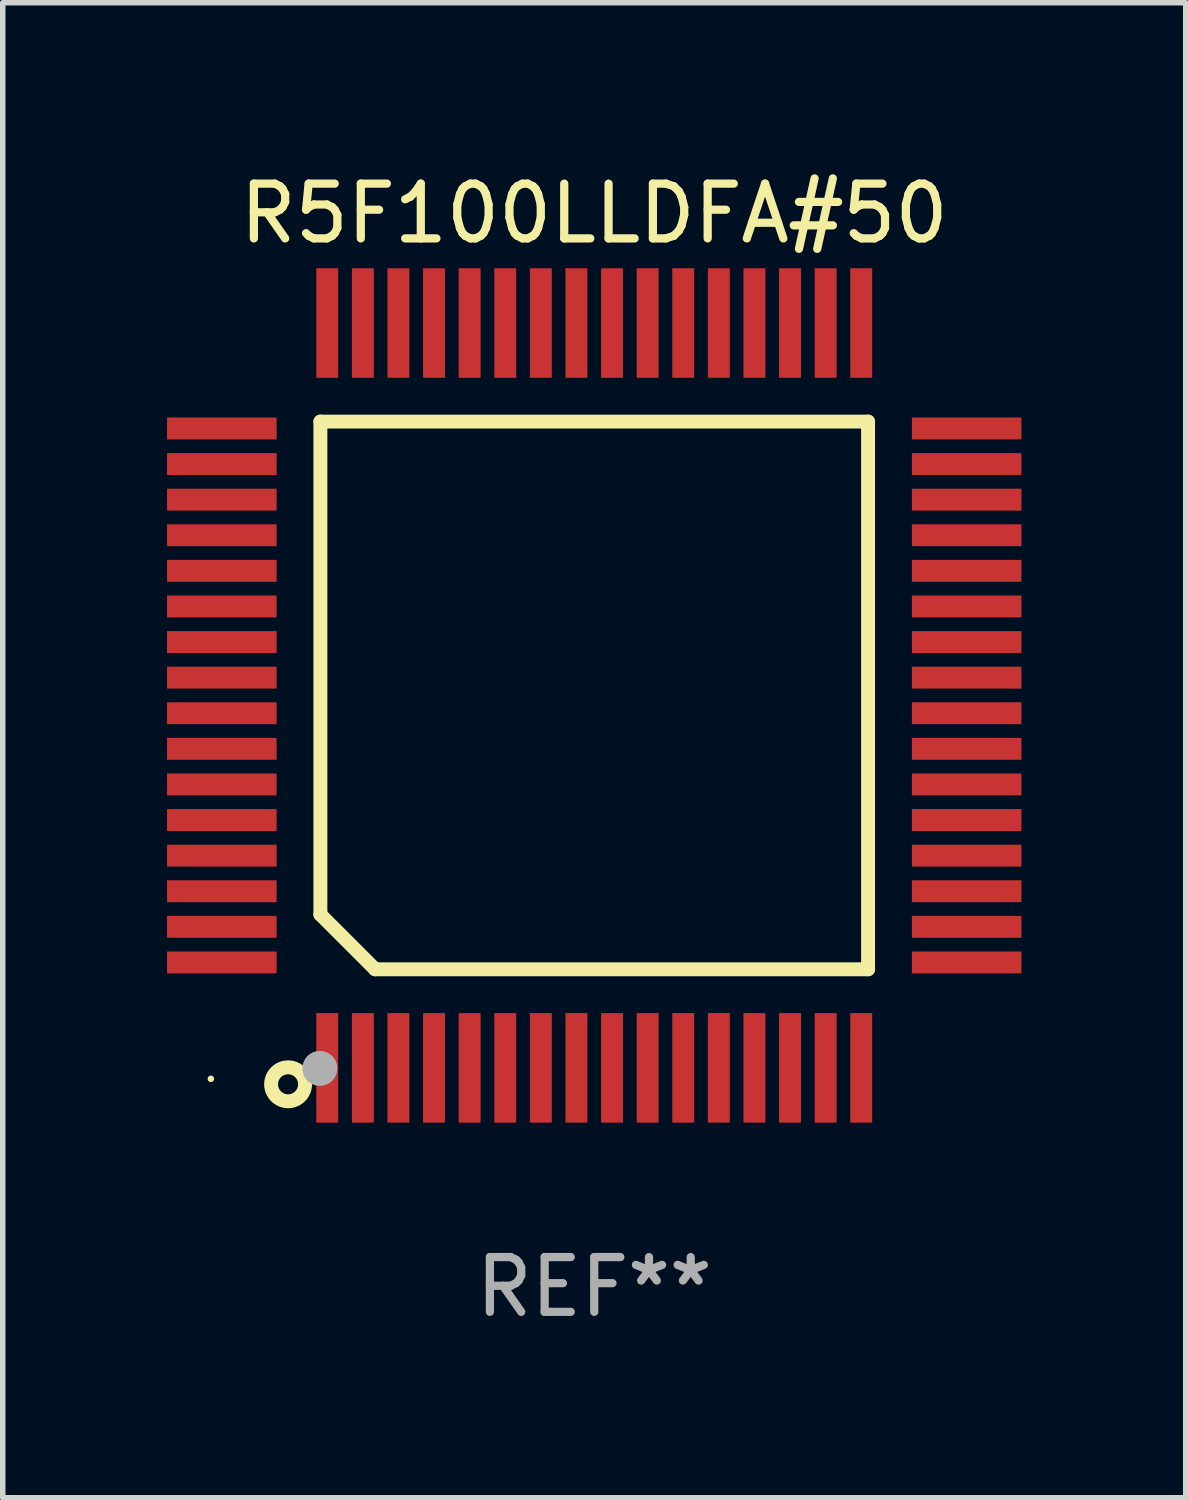
<source format=kicad_pcb>
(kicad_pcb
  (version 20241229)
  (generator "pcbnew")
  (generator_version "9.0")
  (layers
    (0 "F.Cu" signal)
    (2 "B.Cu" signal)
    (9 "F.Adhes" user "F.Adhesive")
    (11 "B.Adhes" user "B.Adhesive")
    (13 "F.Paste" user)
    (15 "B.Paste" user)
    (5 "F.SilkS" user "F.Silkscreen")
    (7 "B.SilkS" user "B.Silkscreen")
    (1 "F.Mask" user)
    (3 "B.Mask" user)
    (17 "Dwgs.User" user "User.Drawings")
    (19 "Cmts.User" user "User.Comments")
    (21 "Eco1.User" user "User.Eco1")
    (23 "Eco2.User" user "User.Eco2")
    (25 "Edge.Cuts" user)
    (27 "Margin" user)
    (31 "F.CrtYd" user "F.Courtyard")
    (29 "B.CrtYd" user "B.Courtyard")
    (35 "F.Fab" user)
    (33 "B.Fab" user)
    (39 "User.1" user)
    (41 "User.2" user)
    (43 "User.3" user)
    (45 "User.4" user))
  (footprint "R5F100LLDFA#50"
    (layer "F.Cu")
    (at 7.8 9.648)
    (property "Reference" "R5F100LLDFA#50" (at 0 -8.8 0) (layer "F.SilkS") (effects (font (size 1 1) (thickness 0.15))))
    (attr through_hole)
    (fp_line (start -5 -5) (end 5 -5) (stroke (width 0.254) (type solid)) (layer "F.SilkS"))
    (fp_line (start -5 4) (end -5 -5) (stroke (width 0.254) (type solid)) (layer "F.SilkS"))
    (fp_line (start -4 5) (end -5 4) (stroke (width 0.254) (type solid)) (layer "F.SilkS"))
    (fp_line (start 5 -5) (end 5 5) (stroke (width 0.254) (type solid)) (layer "F.SilkS"))
    (fp_line (start 5 5) (end -4 5) (stroke (width 0.254) (type solid)) (layer "F.SilkS"))
    (fp_circle (center -7 7) (end -6.97 7) (stroke (width 0.06) (type solid)) (fill no) (layer "F.SilkS"))
    (fp_circle (center -5.59 7.1) (end -5.28 7.1) (stroke (width 0.254) (type solid)) (fill no) (layer "F.SilkS"))
    (fp_circle (center -5.01 6.81) (end -4.85 6.81) (stroke (width 0.32) (type solid)) (fill no) (layer "F.Fab"))
    (fp_text user "REF**" (at 0 10.8 0) (layer "F.Fab") (effects (font (size 1 1) (thickness 0.15))))
    (pad "1" smd rect (at -4.875 6.8) (size 0.4 2) (layers "F.Cu" "F.Mask" "F.Paste"))
    (pad "2" smd rect (at -4.225 6.8) (size 0.4 2) (layers "F.Cu" "F.Mask" "F.Paste"))
    (pad "3" smd rect (at -3.575 6.8) (size 0.4 2) (layers "F.Cu" "F.Mask" "F.Paste"))
    (pad "4" smd rect (at -2.925 6.8) (size 0.4 2) (layers "F.Cu" "F.Mask" "F.Paste"))
    (pad "5" smd rect (at -2.275 6.8) (size 0.4 2) (layers "F.Cu" "F.Mask" "F.Paste"))
    (pad "6" smd rect (at -1.625 6.8) (size 0.4 2) (layers "F.Cu" "F.Mask" "F.Paste"))
    (pad "7" smd rect (at -0.975 6.8) (size 0.4 2) (layers "F.Cu" "F.Mask" "F.Paste"))
    (pad "8" smd rect (at -0.325 6.8) (size 0.4 2) (layers "F.Cu" "F.Mask" "F.Paste"))
    (pad "9" smd rect (at 0.325 6.8) (size 0.4 2) (layers "F.Cu" "F.Mask" "F.Paste"))
    (pad "10" smd rect (at 0.975 6.8) (size 0.4 2) (layers "F.Cu" "F.Mask" "F.Paste"))
    (pad "11" smd rect (at 1.625 6.8) (size 0.4 2) (layers "F.Cu" "F.Mask" "F.Paste"))
    (pad "12" smd rect (at 2.275 6.8) (size 0.4 2) (layers "F.Cu" "F.Mask" "F.Paste"))
    (pad "13" smd rect (at 2.925 6.8) (size 0.4 2) (layers "F.Cu" "F.Mask" "F.Paste"))
    (pad "14" smd rect (at 3.575 6.8) (size 0.4 2) (layers "F.Cu" "F.Mask" "F.Paste"))
    (pad "15" smd rect (at 4.225 6.8) (size 0.4 2) (layers "F.Cu" "F.Mask" "F.Paste"))
    (pad "16" smd rect (at 4.875 6.8) (size 0.4 2) (layers "F.Cu" "F.Mask" "F.Paste"))
    (pad "17" smd rect (at 6.8 4.875) (size 2 0.4) (layers "F.Cu" "F.Mask" "F.Paste"))
    (pad "18" smd rect (at 6.8 4.225) (size 2 0.4) (layers "F.Cu" "F.Mask" "F.Paste"))
    (pad "19" smd rect (at 6.8 3.575) (size 2 0.4) (layers "F.Cu" "F.Mask" "F.Paste"))
    (pad "20" smd rect (at 6.8 2.925) (size 2 0.4) (layers "F.Cu" "F.Mask" "F.Paste"))
    (pad "21" smd rect (at 6.8 2.275) (size 2 0.4) (layers "F.Cu" "F.Mask" "F.Paste"))
    (pad "22" smd rect (at 6.8 1.625) (size 2 0.4) (layers "F.Cu" "F.Mask" "F.Paste"))
    (pad "23" smd rect (at 6.8 0.975) (size 2 0.4) (layers "F.Cu" "F.Mask" "F.Paste"))
    (pad "24" smd rect (at 6.8 0.325) (size 2 0.4) (layers "F.Cu" "F.Mask" "F.Paste"))
    (pad "25" smd rect (at 6.8 -0.325) (size 2 0.4) (layers "F.Cu" "F.Mask" "F.Paste"))
    (pad "26" smd rect (at 6.8 -0.975) (size 2 0.4) (layers "F.Cu" "F.Mask" "F.Paste"))
    (pad "27" smd rect (at 6.8 -1.625) (size 2 0.4) (layers "F.Cu" "F.Mask" "F.Paste"))
    (pad "28" smd rect (at 6.8 -2.275) (size 2 0.4) (layers "F.Cu" "F.Mask" "F.Paste"))
    (pad "29" smd rect (at 6.8 -2.925) (size 2 0.4) (layers "F.Cu" "F.Mask" "F.Paste"))
    (pad "30" smd rect (at 6.8 -3.575) (size 2 0.4) (layers "F.Cu" "F.Mask" "F.Paste"))
    (pad "31" smd rect (at 6.8 -4.225) (size 2 0.4) (layers "F.Cu" "F.Mask" "F.Paste"))
    (pad "32" smd rect (at 6.8 -4.875) (size 2 0.4) (layers "F.Cu" "F.Mask" "F.Paste"))
    (pad "33" smd rect (at 4.875 -6.8) (size 0.4 2) (layers "F.Cu" "F.Mask" "F.Paste"))
    (pad "34" smd rect (at 4.225 -6.8) (size 0.4 2) (layers "F.Cu" "F.Mask" "F.Paste"))
    (pad "35" smd rect (at 3.575 -6.8) (size 0.4 2) (layers "F.Cu" "F.Mask" "F.Paste"))
    (pad "36" smd rect (at 2.925 -6.8) (size 0.4 2) (layers "F.Cu" "F.Mask" "F.Paste"))
    (pad "37" smd rect (at 2.275 -6.8) (size 0.4 2) (layers "F.Cu" "F.Mask" "F.Paste"))
    (pad "38" smd rect (at 1.625 -6.8) (size 0.4 2) (layers "F.Cu" "F.Mask" "F.Paste"))
    (pad "39" smd rect (at 0.975 -6.8) (size 0.4 2) (layers "F.Cu" "F.Mask" "F.Paste"))
    (pad "40" smd rect (at 0.325 -6.8) (size 0.4 2) (layers "F.Cu" "F.Mask" "F.Paste"))
    (pad "41" smd rect (at -0.325 -6.8) (size 0.4 2) (layers "F.Cu" "F.Mask" "F.Paste"))
    (pad "42" smd rect (at -0.975 -6.8) (size 0.4 2) (layers "F.Cu" "F.Mask" "F.Paste"))
    (pad "43" smd rect (at -1.625 -6.8) (size 0.4 2) (layers "F.Cu" "F.Mask" "F.Paste"))
    (pad "44" smd rect (at -2.275 -6.8) (size 0.4 2) (layers "F.Cu" "F.Mask" "F.Paste"))
    (pad "45" smd rect (at -2.925 -6.8) (size 0.4 2) (layers "F.Cu" "F.Mask" "F.Paste"))
    (pad "46" smd rect (at -3.575 -6.8) (size 0.4 2) (layers "F.Cu" "F.Mask" "F.Paste"))
    (pad "47" smd rect (at -4.225 -6.8) (size 0.4 2) (layers "F.Cu" "F.Mask" "F.Paste"))
    (pad "48" smd rect (at -4.875 -6.8) (size 0.4 2) (layers "F.Cu" "F.Mask" "F.Paste"))
    (pad "49" smd rect (at -6.8 -4.875) (size 2 0.4) (layers "F.Cu" "F.Mask" "F.Paste"))
    (pad "50" smd rect (at -6.8 -4.225) (size 2 0.4) (layers "F.Cu" "F.Mask" "F.Paste"))
    (pad "51" smd rect (at -6.8 -3.575) (size 2 0.4) (layers "F.Cu" "F.Mask" "F.Paste"))
    (pad "52" smd rect (at -6.8 -2.925) (size 2 0.4) (layers "F.Cu" "F.Mask" "F.Paste"))
    (pad "53" smd rect (at -6.8 -2.275) (size 2 0.4) (layers "F.Cu" "F.Mask" "F.Paste"))
    (pad "54" smd rect (at -6.8 -1.625) (size 2 0.4) (layers "F.Cu" "F.Mask" "F.Paste"))
    (pad "55" smd rect (at -6.8 -0.975) (size 2 0.4) (layers "F.Cu" "F.Mask" "F.Paste"))
    (pad "56" smd rect (at -6.8 -0.325) (size 2 0.4) (layers "F.Cu" "F.Mask" "F.Paste"))
    (pad "57" smd rect (at -6.8 0.325) (size 2 0.4) (layers "F.Cu" "F.Mask" "F.Paste"))
    (pad "58" smd rect (at -6.8 0.975) (size 2 0.4) (layers "F.Cu" "F.Mask" "F.Paste"))
    (pad "59" smd rect (at -6.8 1.625) (size 2 0.4) (layers "F.Cu" "F.Mask" "F.Paste"))
    (pad "60" smd rect (at -6.8 2.275) (size 2 0.4) (layers "F.Cu" "F.Mask" "F.Paste"))
    (pad "61" smd rect (at -6.8 2.925) (size 2 0.4) (layers "F.Cu" "F.Mask" "F.Paste"))
    (pad "62" smd rect (at -6.8 3.575) (size 2 0.4) (layers "F.Cu" "F.Mask" "F.Paste"))
    (pad "63" smd rect (at -6.8 4.225) (size 2 0.4) (layers "F.Cu" "F.Mask" "F.Paste"))
    (pad "64" smd rect (at -6.8 4.875) (size 2 0.4) (layers "F.Cu" "F.Mask" "F.Paste")))
  (gr_rect
    (start -3 -3)
    (end 18.6 24.297)
    (stroke (width 0.1) (type default))
    (fill no)
    (layer "Edge.Cuts")))
</source>
